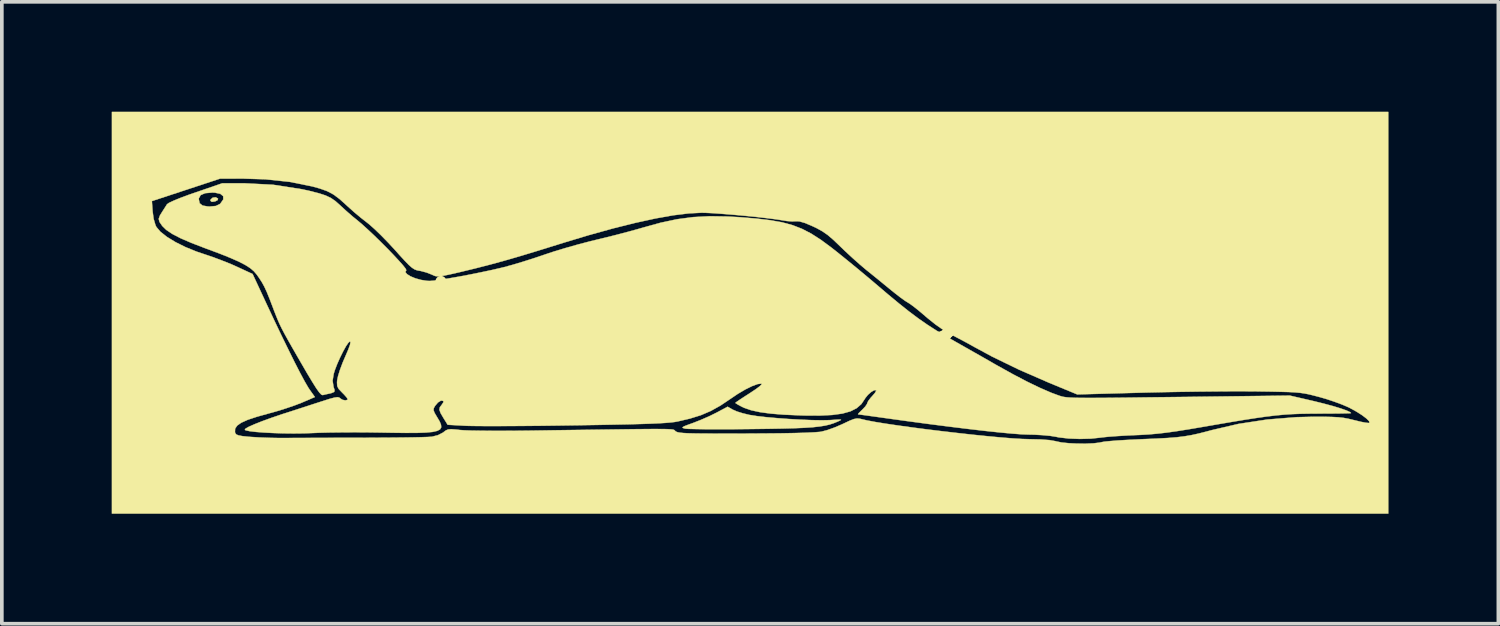
<source format=kicad_pcb>
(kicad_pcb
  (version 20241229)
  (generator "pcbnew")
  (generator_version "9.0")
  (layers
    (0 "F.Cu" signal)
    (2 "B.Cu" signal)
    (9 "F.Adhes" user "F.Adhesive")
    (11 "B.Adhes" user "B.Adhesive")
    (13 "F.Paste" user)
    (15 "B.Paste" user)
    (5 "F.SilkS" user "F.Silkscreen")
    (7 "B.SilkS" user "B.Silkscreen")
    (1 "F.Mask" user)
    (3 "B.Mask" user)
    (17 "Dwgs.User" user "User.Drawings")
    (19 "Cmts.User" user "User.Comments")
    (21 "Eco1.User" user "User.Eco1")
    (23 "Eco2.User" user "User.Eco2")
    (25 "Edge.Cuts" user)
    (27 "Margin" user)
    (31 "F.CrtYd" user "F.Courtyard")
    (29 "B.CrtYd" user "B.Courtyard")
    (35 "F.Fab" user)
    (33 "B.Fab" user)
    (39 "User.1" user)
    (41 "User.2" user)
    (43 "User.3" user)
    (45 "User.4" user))
  (footprint "otter_laying_3411"
    (layer "F.Cu")
    (at 17.404 5.466)
    (property "Reference" "otter_laying_3411" (at 0 0 0) (layer "F.SilkS") (effects (font (size 1.524 1.524) (thickness 0.3))))
    (attr through_hole)
    (fp_poly (pts (xy -14.502 -3.095) (xy -14.502 -3.095) (xy -14.514 -3.053) (xy -14.583 -3.018) (xy -14.671 -3.006) (xy -14.71 -3.035) (xy -14.705 -3.069) (xy -14.649 -3.12) (xy -14.566 -3.131) (xy -14.502 -3.095)) (stroke (width 0.01) (type solid)) (fill yes) (layer "F.SilkS"))
    (fp_poly (pts (xy -0.455 2.665) (xy -0.344 2.714) (xy -0.184 2.764) (xy -0.008 2.807) (xy 0 2.809) (xy 0.195 2.84) (xy 0.453 2.87) (xy 0.754 2.897) (xy 1.078 2.921) (xy 1.404 2.939) (xy 1.712 2.952) (xy 1.98 2.956) (xy 2.188 2.952) (xy 2.218 2.95) (xy 2.385 2.939) (xy 2.477 2.936) (xy 2.504 2.943) (xy 2.475 2.963) (xy 2.413 2.991) (xy 2.305 3.035) (xy 2.192 3.072) (xy 2.064 3.102) (xy 1.912 3.126) (xy 1.729 3.146) (xy 1.505 3.161) (xy 1.231 3.173) (xy 0.898 3.182) (xy 0.498 3.189) (xy 0.042 3.195) (xy -0.331 3.199) (xy -0.681 3.2) (xy -0.999 3.2) (xy -1.275 3.199) (xy -1.498 3.195) (xy -1.659 3.191) (xy -1.747 3.185) (xy -1.757 3.183) (xy -1.813 3.166) (xy -1.824 3.148) (xy -1.781 3.121) (xy -1.674 3.079) (xy -1.545 3.033) (xy -1.333 2.95) (xy -1.101 2.849) (xy -0.9 2.75) (xy -0.899 2.75) (xy -0.592 2.586) (xy -0.455 2.665)) (stroke (width 0.01) (type solid)) (fill yes) (layer "F.SilkS"))
    (fp_poly (pts (xy 17.441 5.503) (xy -17.399 5.503) (xy -17.399 -3.027) (xy -16.308 -3.027) (xy -16.288 -2.745) (xy -16.26 -2.541) (xy -16.211 -2.374) (xy -16.186 -2.321) (xy -16.075 -2.19) (xy -15.896 -2.049) (xy -15.662 -1.906) (xy -15.388 -1.77) (xy -15.088 -1.648) (xy -14.912 -1.589) (xy -14.662 -1.505) (xy -14.387 -1.402) (xy -14.128 -1.298) (xy -13.987 -1.235) (xy -13.559 -1.037) (xy -13.204 -0.275) (xy -12.982 0.199) (xy -12.773 0.637) (xy -12.58 1.032) (xy -12.408 1.379) (xy -12.258 1.671) (xy -12.134 1.901) (xy -12.04 2.063) (xy -12 2.123) (xy -11.859 2.321) (xy -12.219 2.476) (xy -12.409 2.549) (xy -12.649 2.631) (xy -12.906 2.711) (xy -13.116 2.769) (xy -13.442 2.86) (xy -13.69 2.942) (xy -13.868 3.022) (xy -13.981 3.102) (xy -14.036 3.185) (xy -14.04 3.277) (xy -14.033 3.304) (xy -14.007 3.341) (xy -13.948 3.367) (xy -13.84 3.388) (xy -13.667 3.406) (xy -13.598 3.411) (xy -13.367 3.425) (xy -13.096 3.435) (xy -12.829 3.44) (xy -12.721 3.44) (xy -12.573 3.439) (xy -12.353 3.438) (xy -12.073 3.437) (xy -11.746 3.436) (xy -11.385 3.435) (xy -11.002 3.434) (xy -10.609 3.434) (xy -10.562 3.434) (xy -10.183 3.432) (xy -9.823 3.43) (xy -9.493 3.427) (xy -9.203 3.423) (xy -8.964 3.418) (xy -8.786 3.412) (xy -8.68 3.406) (xy -8.666 3.405) (xy -8.498 3.362) (xy -8.36 3.291) (xy -8.347 3.28) (xy -8.283 3.232) (xy -8.221 3.206) (xy -8.136 3.199) (xy -8.005 3.209) (xy -7.893 3.222) (xy -7.772 3.23) (xy -7.578 3.237) (xy -7.322 3.241) (xy -7.017 3.244) (xy -6.675 3.244) (xy -6.306 3.242) (xy -5.948 3.238) (xy -5.289 3.228) (xy -4.709 3.22) (xy -4.204 3.213) (xy -3.768 3.207) (xy -3.395 3.202) (xy -3.082 3.198) (xy -2.822 3.196) (xy -2.61 3.194) (xy -2.441 3.195) (xy -2.311 3.196) (xy -2.213 3.199) (xy -2.143 3.203) (xy -2.096 3.208) (xy -2.065 3.215) (xy -2.047 3.223) (xy -2.035 3.233) (xy -2.026 3.244) (xy -2.017 3.253) (xy -1.991 3.27) (xy -1.951 3.284) (xy -1.888 3.295) (xy -1.796 3.304) (xy -1.666 3.311) (xy -1.49 3.315) (xy -1.262 3.318) (xy -0.973 3.319) (xy -0.616 3.32) (xy -0.183 3.319) (xy -0.112 3.319) (xy 0.396 3.316) (xy 0.842 3.312) (xy 1.221 3.305) (xy 1.531 3.296) (xy 1.765 3.285) (xy 1.922 3.273) (xy 1.968 3.266) (xy 2.129 3.224) (xy 2.327 3.153) (xy 2.524 3.069) (xy 2.565 3.05) (xy 2.736 2.969) (xy 2.853 2.923) (xy 2.939 2.906) (xy 3.015 2.913) (xy 3.052 2.922) (xy 3.208 2.959) (xy 3.436 3.002) (xy 3.726 3.049) (xy 4.065 3.099) (xy 4.442 3.151) (xy 4.846 3.204) (xy 5.265 3.255) (xy 5.687 3.304) (xy 6.101 3.35) (xy 6.495 3.39) (xy 6.858 3.424) (xy 7.178 3.45) (xy 7.444 3.466) (xy 7.641 3.472) (xy 7.95 3.479) (xy 8.193 3.497) (xy 8.363 3.527) (xy 8.382 3.533) (xy 8.525 3.562) (xy 8.724 3.582) (xy 8.953 3.593) (xy 9.186 3.594) (xy 9.397 3.585) (xy 9.562 3.565) (xy 9.61 3.554) (xy 9.694 3.539) (xy 9.848 3.524) (xy 10.059 3.507) (xy 10.313 3.492) (xy 10.596 3.478) (xy 10.774 3.47) (xy 11.132 3.455) (xy 11.424 3.439) (xy 11.665 3.42) (xy 11.875 3.394) (xy 12.071 3.361) (xy 12.27 3.317) (xy 12.49 3.261) (xy 12.615 3.227) (xy 13.352 3.055) (xy 14.133 2.936) (xy 14.936 2.871) (xy 15.388 2.86) (xy 15.676 2.86) (xy 15.899 2.865) (xy 16.074 2.874) (xy 16.22 2.89) (xy 16.357 2.916) (xy 16.503 2.951) (xy 16.524 2.956) (xy 16.691 2.997) (xy 16.827 3.023) (xy 16.91 3.03) (xy 16.926 3.026) (xy 16.918 2.981) (xy 16.846 2.908) (xy 16.725 2.816) (xy 16.567 2.716) (xy 16.385 2.616) (xy 16.358 2.603) (xy 16.187 2.529) (xy 15.966 2.447) (xy 15.726 2.368) (xy 15.55 2.318) (xy 15.402 2.279) (xy 15.276 2.248) (xy 15.158 2.225) (xy 15.034 2.207) (xy 14.894 2.194) (xy 14.722 2.185) (xy 14.506 2.179) (xy 14.234 2.173) (xy 13.891 2.168) (xy 13.843 2.167) (xy 13.523 2.165) (xy 13.136 2.165) (xy 12.701 2.168) (xy 12.234 2.173) (xy 11.756 2.18) (xy 11.282 2.189) (xy 10.832 2.199) (xy 10.794 2.2) (xy 8.951 2.25) (xy 8.186 1.934) (xy 7.367 1.577) (xy 6.63 1.219) (xy 6.147 0.958) (xy 5.945 0.846) (xy 5.72 0.726) (xy 5.519 0.621) (xy 5.506 0.615) (xy 5.31 0.501) (xy 5.087 0.345) (xy 4.868 0.17) (xy 4.825 0.133) (xy 4.666 -0.003) (xy 4.518 -0.123) (xy 4.399 -0.212) (xy 4.335 -0.253) (xy 4.25 -0.306) (xy 4.121 -0.399) (xy 3.969 -0.517) (xy 3.873 -0.594) (xy 3.678 -0.754) (xy 3.458 -0.934) (xy 3.25 -1.102) (xy 3.196 -1.145) (xy 3.022 -1.292) (xy 2.818 -1.473) (xy 2.613 -1.663) (xy 2.477 -1.794) (xy 2.291 -1.972) (xy 2.139 -2.102) (xy 1.995 -2.202) (xy 1.837 -2.289) (xy 1.738 -2.336) (xy 1.52 -2.429) (xy 1.364 -2.474) (xy 1.273 -2.477) (xy 1.17 -2.472) (xy 1.024 -2.483) (xy 0.931 -2.498) (xy 0.756 -2.526) (xy 0.515 -2.557) (xy 0.23 -2.59) (xy -0.082 -2.622) (xy -0.4 -2.651) (xy -0.705 -2.676) (xy -0.978 -2.696) (xy -1.199 -2.707) (xy -1.306 -2.709) (xy -1.656 -2.691) (xy -2.078 -2.639) (xy -2.566 -2.552) (xy -3.116 -2.432) (xy -3.721 -2.281) (xy -4.377 -2.099) (xy -5.078 -1.888) (xy -5.218 -1.844) (xy -5.762 -1.675) (xy -6.243 -1.529) (xy -6.678 -1.403) (xy -7.083 -1.292) (xy -7.476 -1.191) (xy -7.873 -1.095) (xy -7.91 -1.086) (xy -8.146 -1.032) (xy -8.315 -0.996) (xy -8.433 -0.976) (xy -8.515 -0.972) (xy -8.576 -0.981) (xy -8.632 -1.004) (xy -8.667 -1.021) (xy -8.81 -1.077) (xy -8.972 -1.12) (xy -9.003 -1.125) (xy -9.075 -1.139) (xy -9.14 -1.164) (xy -9.21 -1.21) (xy -9.295 -1.285) (xy -9.406 -1.399) (xy -9.555 -1.561) (xy -9.676 -1.697) (xy -9.86 -1.895) (xy -10.048 -2.088) (xy -10.225 -2.259) (xy -10.373 -2.391) (xy -10.438 -2.443) (xy -10.606 -2.574) (xy -10.796 -2.733) (xy -10.972 -2.891) (xy -10.998 -2.915) (xy -11.187 -3.085) (xy -11.353 -3.208) (xy -11.525 -3.299) (xy -11.73 -3.372) (xy -11.932 -3.428) (xy -12.548 -3.552) (xy -13.213 -3.622) (xy -13.794 -3.64) (xy -14.444 -3.641) (xy -15.376 -3.334) (xy -16.308 -3.027) (xy -17.399 -3.027) (xy -17.399 -5.461) (xy 17.441 -5.461) (xy 17.441 5.503)) (stroke (width 0.01) (type solid)) (fill yes) (layer "F.SilkS"))
    (fp_poly (pts (xy -12.999 -3.473) (xy -12.208 -3.35) (xy -11.992 -3.302) (xy -11.749 -3.24) (xy -11.568 -3.181) (xy -11.425 -3.114) (xy -11.3 -3.028) (xy -11.169 -2.912) (xy -11.155 -2.898) (xy -11 -2.756) (xy -10.824 -2.603) (xy -10.71 -2.511) (xy -10.579 -2.401) (xy -10.421 -2.258) (xy -10.246 -2.094) (xy -10.065 -1.917) (xy -9.885 -1.737) (xy -9.718 -1.564) (xy -9.573 -1.408) (xy -9.458 -1.279) (xy -9.385 -1.187) (xy -9.362 -1.14) (xy -9.364 -1.138) (xy -9.389 -1.091) (xy -9.347 -1.035) (xy -9.252 -0.975) (xy -9.12 -0.92) (xy -8.967 -0.877) (xy -8.808 -0.851) (xy -8.724 -0.847) (xy -8.608 -0.856) (xy -8.425 -0.881) (xy -8.192 -0.919) (xy -7.923 -0.966) (xy -7.636 -1.02) (xy -7.344 -1.079) (xy -7.065 -1.138) (xy -6.815 -1.195) (xy -6.699 -1.223) (xy -6.464 -1.287) (xy -6.183 -1.371) (xy -5.89 -1.464) (xy -5.617 -1.556) (xy -5.585 -1.567) (xy -5.329 -1.652) (xy -5.021 -1.745) (xy -4.69 -1.839) (xy -4.366 -1.924) (xy -4.191 -1.967) (xy -3.9 -2.037) (xy -3.595 -2.114) (xy -3.303 -2.191) (xy -3.049 -2.261) (xy -2.91 -2.301) (xy -2.423 -2.436) (xy -1.973 -2.532) (xy -1.534 -2.59) (xy -1.083 -2.614) (xy -0.592 -2.606) (xy -0.254 -2.587) (xy 0.192 -2.55) (xy 0.569 -2.505) (xy 0.892 -2.448) (xy 1.177 -2.371) (xy 1.437 -2.27) (xy 1.69 -2.139) (xy 1.949 -1.973) (xy 2.231 -1.765) (xy 2.428 -1.61) (xy 2.658 -1.424) (xy 2.903 -1.224) (xy 3.138 -1.029) (xy 3.342 -0.858) (xy 3.423 -0.789) (xy 3.779 -0.486) (xy 4.088 -0.23) (xy 4.362 -0.012) (xy 4.616 0.178) (xy 4.862 0.349) (xy 5.115 0.511) (xy 5.388 0.676) (xy 5.652 0.826) (xy 5.879 0.955) (xy 6.149 1.108) (xy 6.434 1.27) (xy 6.702 1.424) (xy 6.773 1.464) (xy 7.192 1.697) (xy 7.583 1.902) (xy 7.936 2.072) (xy 8.24 2.204) (xy 8.424 2.272) (xy 8.47 2.288) (xy 8.512 2.301) (xy 8.557 2.313) (xy 8.609 2.322) (xy 8.675 2.33) (xy 8.76 2.336) (xy 8.87 2.341) (xy 9.011 2.344) (xy 9.189 2.345) (xy 9.409 2.345) (xy 9.677 2.344) (xy 9.999 2.341) (xy 10.38 2.337) (xy 10.827 2.331) (xy 11.346 2.325) (xy 11.941 2.318) (xy 12.171 2.315) (xy 14.753 2.282) (xy 15.406 2.433) (xy 15.681 2.501) (xy 15.93 2.568) (xy 16.14 2.632) (xy 16.3 2.688) (xy 16.399 2.734) (xy 16.425 2.76) (xy 16.385 2.764) (xy 16.273 2.767) (xy 16.1 2.77) (xy 15.881 2.772) (xy 15.626 2.773) (xy 15.547 2.773) (xy 15.283 2.775) (xy 15.045 2.779) (xy 14.821 2.788) (xy 14.599 2.802) (xy 14.368 2.824) (xy 14.117 2.854) (xy 13.835 2.894) (xy 13.51 2.944) (xy 13.131 3.007) (xy 12.687 3.083) (xy 12.404 3.132) (xy 12.005 3.2) (xy 11.672 3.253) (xy 11.387 3.293) (xy 11.133 3.322) (xy 10.892 3.343) (xy 10.648 3.357) (xy 10.541 3.361) (xy 10.283 3.373) (xy 10.034 3.388) (xy 9.816 3.404) (xy 9.648 3.421) (xy 9.588 3.429) (xy 9.323 3.457) (xy 9.021 3.465) (xy 8.719 3.454) (xy 8.45 3.423) (xy 8.361 3.405) (xy 8.211 3.381) (xy 8.006 3.362) (xy 7.778 3.349) (xy 7.62 3.346) (xy 7.431 3.339) (xy 7.163 3.319) (xy 6.824 3.287) (xy 6.419 3.244) (xy 5.954 3.19) (xy 5.434 3.126) (xy 4.865 3.053) (xy 4.254 2.971) (xy 3.605 2.881) (xy 3.591 2.879) (xy 3.375 2.849) (xy 3.189 2.823) (xy 3.051 2.805) (xy 2.975 2.795) (xy 2.966 2.794) (xy 2.98 2.769) (xy 3.042 2.706) (xy 3.081 2.669) (xy 3.165 2.581) (xy 3.213 2.509) (xy 3.217 2.491) (xy 3.245 2.431) (xy 3.314 2.34) (xy 3.352 2.299) (xy 3.427 2.212) (xy 3.463 2.15) (xy 3.462 2.135) (xy 3.409 2.135) (xy 3.327 2.183) (xy 3.238 2.261) (xy 3.166 2.35) (xy 3.153 2.372) (xy 3.058 2.514) (xy 2.93 2.626) (xy 2.76 2.712) (xy 2.541 2.773) (xy 2.265 2.811) (xy 1.924 2.828) (xy 1.51 2.826) (xy 1.379 2.822) (xy 0.943 2.803) (xy 0.583 2.774) (xy 0.289 2.734) (xy 0.05 2.682) (xy -0.141 2.616) (xy -0.208 2.584) (xy -0.311 2.529) (xy -0.373 2.49) (xy -0.381 2.481) (xy -0.348 2.454) (xy -0.257 2.392) (xy -0.123 2.304) (xy 0.011 2.218) (xy 0.181 2.105) (xy 0.292 2.021) (xy 0.339 1.97) (xy 0.331 1.956) (xy 0.229 1.967) (xy 0.076 2.023) (xy -0.112 2.116) (xy -0.319 2.238) (xy -0.499 2.36) (xy -0.786 2.553) (xy -1.051 2.701) (xy -1.322 2.817) (xy -1.626 2.911) (xy -1.947 2.986) (xy -2.033 3.002) (xy -2.142 3.015) (xy -2.282 3.027) (xy -2.46 3.038) (xy -2.682 3.048) (xy -2.954 3.057) (xy -3.283 3.066) (xy -3.677 3.074) (xy -4.141 3.083) (xy -4.682 3.092) (xy -4.763 3.093) (xy -5.232 3.1) (xy -5.689 3.106) (xy -6.125 3.11) (xy -6.531 3.113) (xy -6.896 3.114) (xy -7.212 3.114) (xy -7.469 3.112) (xy -7.658 3.109) (xy -7.747 3.106) (xy -8.234 3.079) (xy -8.35 2.892) (xy -8.428 2.758) (xy -8.46 2.669) (xy -8.448 2.601) (xy -8.396 2.532) (xy -8.352 2.465) (xy -8.352 2.429) (xy -8.415 2.418) (xy -8.498 2.469) (xy -8.576 2.56) (xy -8.613 2.625) (xy -8.62 2.681) (xy -8.591 2.755) (xy -8.522 2.872) (xy -8.515 2.883) (xy -8.452 2.99) (xy -8.416 3.078) (xy -8.41 3.149) (xy -8.442 3.204) (xy -8.518 3.245) (xy -8.645 3.274) (xy -8.827 3.291) (xy -9.071 3.3) (xy -9.384 3.301) (xy -9.772 3.296) (xy -10.054 3.291) (xy -10.408 3.286) (xy -10.775 3.284) (xy -11.135 3.286) (xy -11.467 3.29) (xy -11.75 3.297) (xy -11.917 3.304) (xy -12.167 3.313) (xy -12.439 3.316) (xy -12.719 3.313) (xy -12.993 3.304) (xy -13.246 3.291) (xy -13.466 3.274) (xy -13.636 3.254) (xy -13.744 3.231) (xy -13.772 3.217) (xy -13.755 3.186) (xy -13.664 3.134) (xy -13.509 3.065) (xy -13.297 2.981) (xy -13.038 2.887) (xy -12.738 2.785) (xy -12.636 2.753) (xy -12.382 2.671) (xy -12.107 2.582) (xy -11.847 2.497) (xy -11.654 2.435) (xy -11.458 2.372) (xy -11.326 2.337) (xy -11.243 2.325) (xy -11.195 2.335) (xy -11.173 2.353) (xy -11.109 2.396) (xy -11.03 2.413) (xy -10.973 2.399) (xy -10.964 2.379) (xy -10.992 2.332) (xy -11.064 2.251) (xy -11.116 2.199) (xy -11.208 2.102) (xy -11.249 2.022) (xy -11.255 1.919) (xy -11.25 1.862) (xy -11.225 1.743) (xy -11.172 1.574) (xy -11.099 1.379) (xy -11.038 1.237) (xy -10.95 1.032) (xy -10.9 0.895) (xy -10.888 0.821) (xy -10.903 0.804) (xy -10.946 0.841) (xy -11.012 0.938) (xy -11.09 1.079) (xy -11.172 1.245) (xy -11.249 1.418) (xy -11.312 1.581) (xy -11.345 1.688) (xy -11.375 1.876) (xy -11.349 2.048) (xy -11.321 2.13) (xy -11.33 2.181) (xy -11.41 2.215) (xy -11.438 2.222) (xy -11.556 2.247) (xy -11.645 2.269) (xy -11.646 2.269) (xy -11.683 2.255) (xy -11.74 2.195) (xy -11.821 2.081) (xy -11.93 1.907) (xy -12.074 1.668) (xy -12.138 1.557) (xy -12.326 1.233) (xy -12.476 0.972) (xy -12.595 0.762) (xy -12.689 0.592) (xy -12.763 0.451) (xy -12.823 0.328) (xy -12.874 0.211) (xy -12.923 0.09) (xy -12.976 -0.045) (xy -12.997 -0.102) (xy -13.093 -0.353) (xy -13.17 -0.543) (xy -13.238 -0.69) (xy -13.306 -0.814) (xy -13.383 -0.932) (xy -13.445 -1.02) (xy -13.523 -1.111) (xy -13.625 -1.198) (xy -13.761 -1.285) (xy -13.939 -1.377) (xy -14.169 -1.478) (xy -14.461 -1.595) (xy -14.824 -1.73) (xy -14.851 -1.74) (xy -15.225 -1.884) (xy -15.522 -2.012) (xy -15.75 -2.13) (xy -15.915 -2.24) (xy -16.023 -2.346) (xy -16.027 -2.351) (xy -16.101 -2.459) (xy -16.122 -2.542) (xy -16.089 -2.633) (xy -16.034 -2.723) (xy -15.962 -2.835) (xy -15.904 -2.926) (xy -15.896 -2.94) (xy -15.841 -2.979) (xy -15.715 -3.038) (xy -15.623 -3.076) (xy -15.028 -3.076) (xy -15.004 -2.968) (xy -14.924 -2.905) (xy -14.779 -2.88) (xy -14.724 -2.879) (xy -14.563 -2.894) (xy -14.456 -2.945) (xy -14.436 -2.963) (xy -14.359 -3.073) (xy -14.362 -3.162) (xy -14.44 -3.225) (xy -14.588 -3.257) (xy -14.659 -3.26) (xy -14.854 -3.243) (xy -14.976 -3.191) (xy -15.026 -3.103) (xy -15.028 -3.076) (xy -15.623 -3.076) (xy -15.529 -3.114) (xy -15.293 -3.202) (xy -15.119 -3.262) (xy -14.385 -3.514) (xy -13.796 -3.514) (xy -12.999 -3.473)) (stroke (width 0.01) (type solid)) (fill yes) (layer "F.SilkS")))
  (gr_rect
    (start -3 -3)
    (end 37.85 13.974)
    (stroke (width 0.1) (type default))
    (fill no)
    (layer "Edge.Cuts")))
</source>
